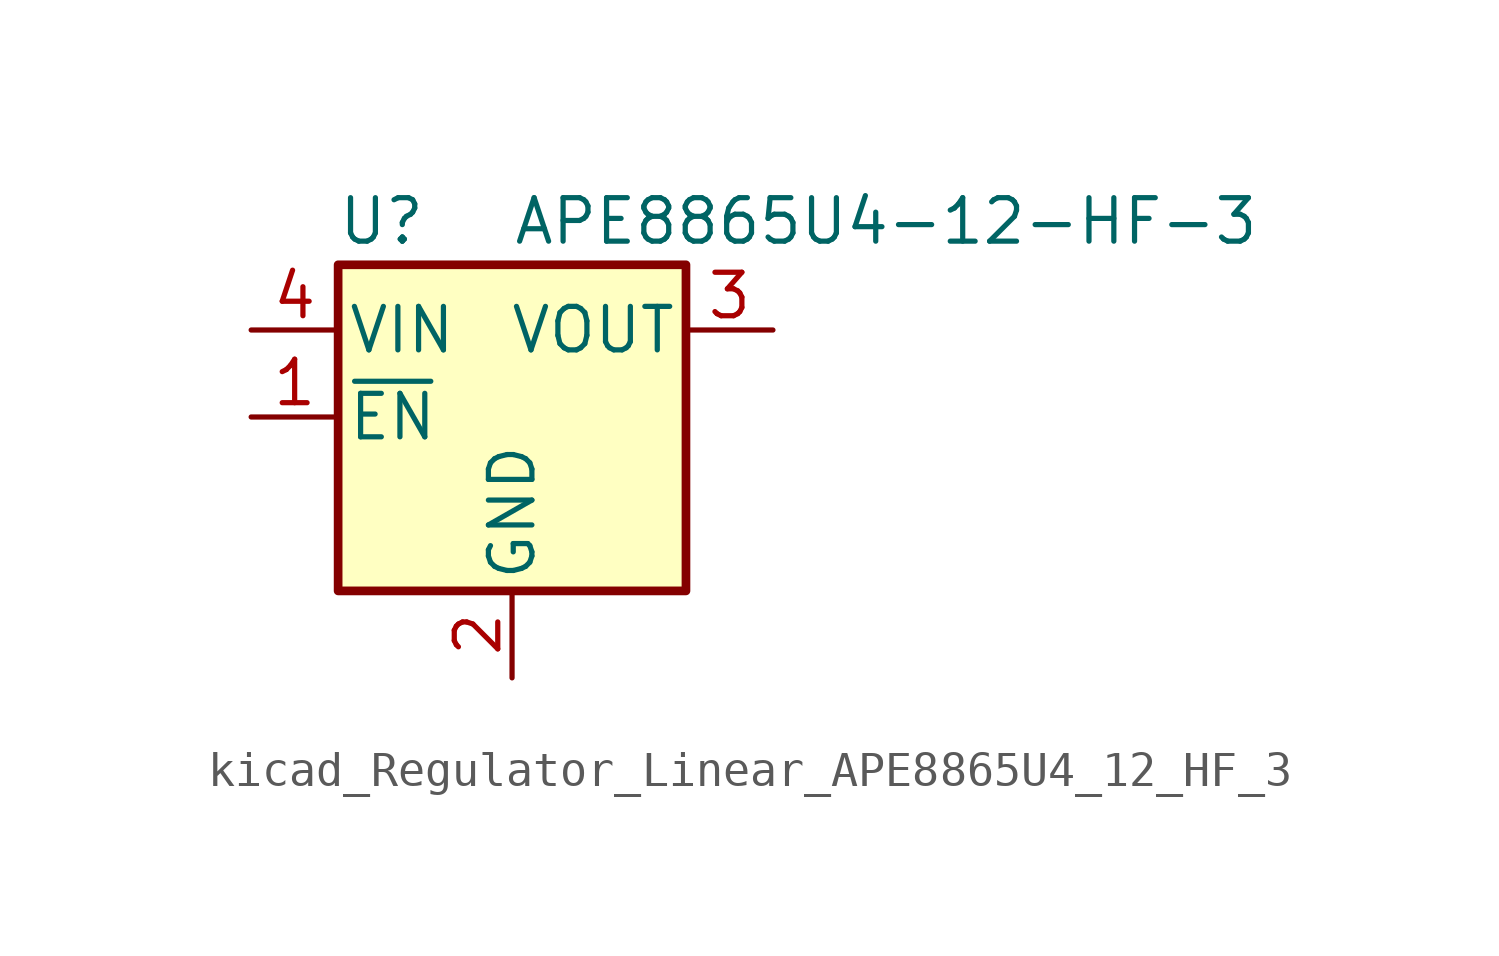
<source format=kicad_sym>
(kicad_symbol_lib
  (version 20220914)
  (generator kicad_symbol_editor)
  (symbol "kicad_Regulator_Linear_APE8865U4_12_HF_3"
    (pin_names
      (offset 0.254))
    (property "Reference" "U"
      (at -3.81 5.715 0)
      (effects (font (size 1.27 1.27))))
    (property "Value" "APE8865U4-12-HF-3"
      (at 0 5.715 0)
      (effects (font (size 1.27 1.27)) (justify left)))
    (symbol "kicad_Regulator_Linear_APE8865U4_12_HF_3_0_1"
      (rectangle (start -5.08 4.445) (end 5.08 -5.08) (stroke (width 0.254) (type default)) (fill (type background))))
    (symbol "kicad_Regulator_Linear_APE8865U4_12_HF_3_1_1"
      (pin input line (at -7.62 0 0) (length 2.54) (name "~{EN}" (effects (font (size 1.27 1.27)))) (number "1" (effects (font (size 1.27 1.27)))))
      (pin power_in line (at 0 -7.62 90) (length 2.54) (name "GND" (effects (font (size 1.27 1.27)))) (number "2" (effects (font (size 1.27 1.27)))))
      (pin power_out line (at 7.62 2.54 180) (length 2.54) (name "VOUT" (effects (font (size 1.27 1.27)))) (number "3" (effects (font (size 1.27 1.27)))))
      (pin power_in line (at -7.62 2.54 0) (length 2.54) (name "VIN" (effects (font (size 1.27 1.27)))) (number "4" (effects (font (size 1.27 1.27))))))))
</source>
